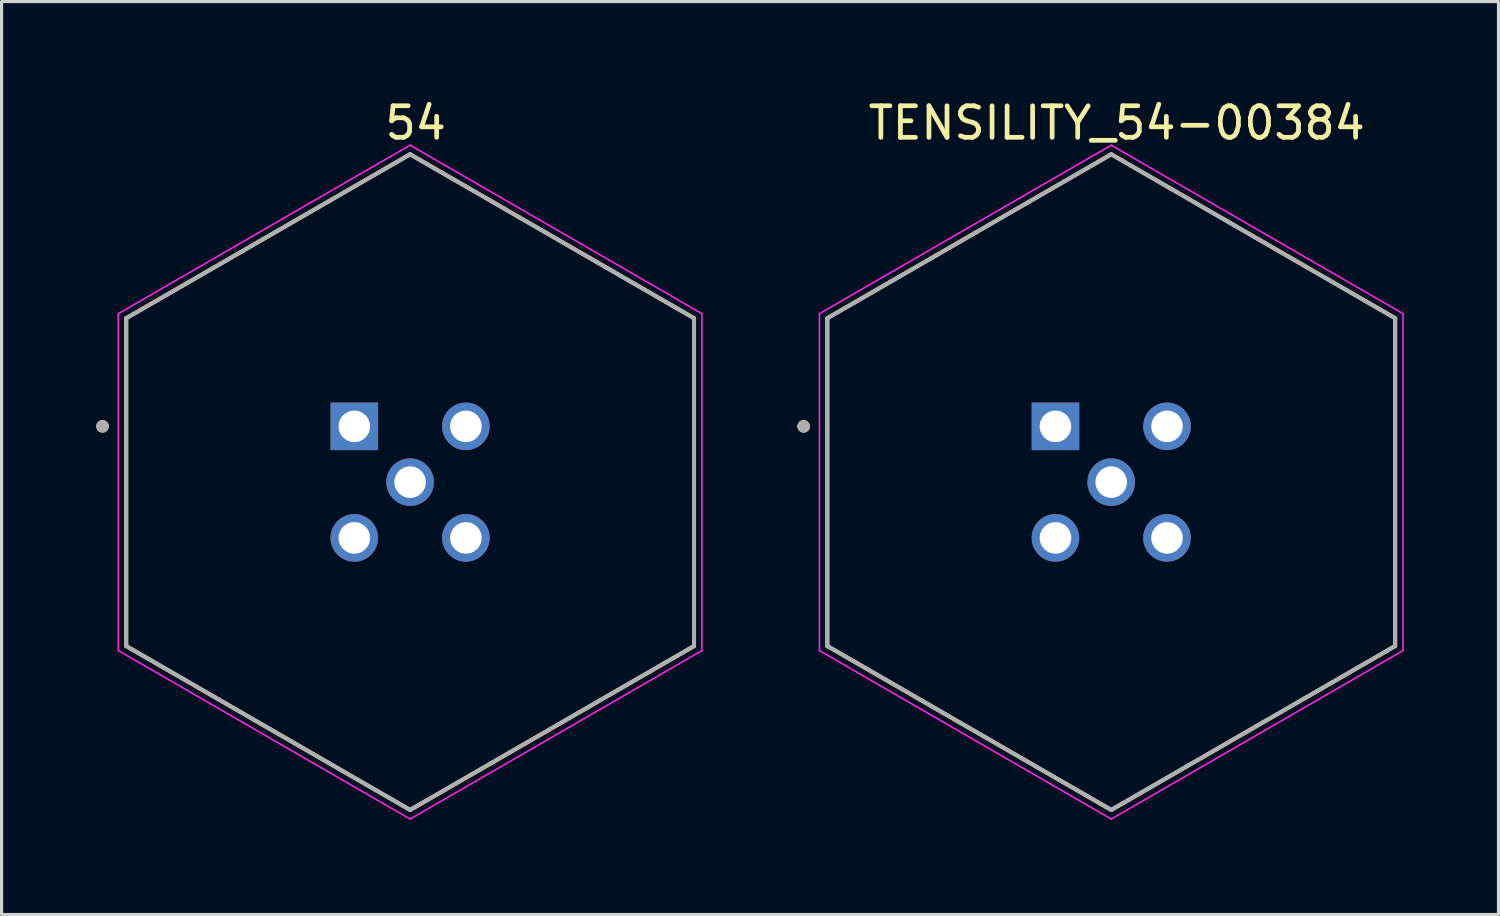
<source format=kicad_pcb>
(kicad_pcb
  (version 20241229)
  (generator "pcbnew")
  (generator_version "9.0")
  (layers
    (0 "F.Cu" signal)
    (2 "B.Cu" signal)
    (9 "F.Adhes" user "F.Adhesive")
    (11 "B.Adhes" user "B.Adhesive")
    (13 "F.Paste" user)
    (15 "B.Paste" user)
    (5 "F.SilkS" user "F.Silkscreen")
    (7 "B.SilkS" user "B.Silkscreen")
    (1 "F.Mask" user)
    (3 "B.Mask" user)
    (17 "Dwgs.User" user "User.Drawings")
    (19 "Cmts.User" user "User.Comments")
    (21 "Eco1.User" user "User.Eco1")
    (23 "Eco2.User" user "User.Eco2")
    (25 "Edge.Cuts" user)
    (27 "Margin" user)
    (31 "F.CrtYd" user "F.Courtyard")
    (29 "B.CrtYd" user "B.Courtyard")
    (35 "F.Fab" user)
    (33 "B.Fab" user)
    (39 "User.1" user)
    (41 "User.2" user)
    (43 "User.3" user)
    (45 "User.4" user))
  (footprint "54"
    (layer "F.Cu")
    (at 9.95 12.233)
    (property "Reference" "54" (at 0.175 -11.385 0) (layer "F.SilkS") (effects (font (size 1 1) (thickness 0.15))))
    (attr through_hole)
    (fp_line (start -9 -5.196) (end -9 5.196) (stroke (width 0.127) (type solid)) (layer "F.SilkS"))
    (fp_line (start -9 5.196) (end 0 10.392) (stroke (width 0.127) (type solid)) (layer "F.SilkS"))
    (fp_line (start 0 -10.392) (end -9 -5.196) (stroke (width 0.127) (type solid)) (layer "F.SilkS"))
    (fp_line (start 0 10.392) (end 9 5.196) (stroke (width 0.127) (type solid)) (layer "F.SilkS"))
    (fp_line (start 9 -5.196) (end 0 -10.392) (stroke (width 0.127) (type solid)) (layer "F.SilkS"))
    (fp_line (start 9 5.196) (end 9 -5.196) (stroke (width 0.127) (type solid)) (layer "F.SilkS"))
    (fp_circle (center -9.75 -1.768) (end -9.65 -1.768) (stroke (width 0.2) (type solid)) (fill no) (layer "F.SilkS"))
    (fp_line (start -9.25 -5.34) (end 0 -10.681) (stroke (width 0.05) (type solid)) (layer "F.CrtYd"))
    (fp_line (start -9.25 5.34) (end -9.25 -5.34) (stroke (width 0.05) (type solid)) (layer "F.CrtYd"))
    (fp_line (start 0 -10.681) (end 9.25 -5.34) (stroke (width 0.05) (type solid)) (layer "F.CrtYd"))
    (fp_line (start 0 10.681) (end -9.25 5.34) (stroke (width 0.05) (type solid)) (layer "F.CrtYd"))
    (fp_line (start 9.25 -5.34) (end 9.25 5.34) (stroke (width 0.05) (type solid)) (layer "F.CrtYd"))
    (fp_line (start 9.25 5.34) (end 0 10.681) (stroke (width 0.05) (type solid)) (layer "F.CrtYd"))
    (fp_line (start -9 -5.196) (end -9 5.196) (stroke (width 0.127) (type solid)) (layer "F.Fab"))
    (fp_line (start -9 5.196) (end 0 10.392) (stroke (width 0.127) (type solid)) (layer "F.Fab"))
    (fp_line (start 0 -10.392) (end -9 -5.196) (stroke (width 0.127) (type solid)) (layer "F.Fab"))
    (fp_line (start 0 10.392) (end 9 5.196) (stroke (width 0.127) (type solid)) (layer "F.Fab"))
    (fp_line (start 9 -5.196) (end 0 -10.392) (stroke (width 0.127) (type solid)) (layer "F.Fab"))
    (fp_line (start 9 5.196) (end 9 -5.196) (stroke (width 0.127) (type solid)) (layer "F.Fab"))
    (fp_circle (center -9.75 -1.768) (end -9.65 -1.768) (stroke (width 0.2) (type solid)) (fill no) (layer "F.Fab"))
    (pad "1" thru_hole rect (at -1.768 -1.768) (size 1.508 1.508) (drill 1) (layers "*.Cu" "*.Mask"))
    (pad "2" thru_hole circle (at 1.768 -1.768) (size 1.508 1.508) (drill 1) (layers "*.Cu" "*.Mask"))
    (pad "3" thru_hole circle (at 1.768 1.768) (size 1.508 1.508) (drill 1) (layers "*.Cu" "*.Mask"))
    (pad "4" thru_hole circle (at -1.768 1.768) (size 1.508 1.508) (drill 1) (layers "*.Cu" "*.Mask"))
    (pad "5" thru_hole circle (at 0 0) (size 1.508 1.508) (drill 1) (layers "*.Cu" "*.Mask")))
  (footprint "TENSILITY_54-00384"
    (layer "F.Cu")
    (at 32.175 12.233)
    (property "Reference" "TENSILITY_54-00384" (at 0.175 -11.385 0) (layer "F.SilkS") (effects (font (size 1 1) (thickness 0.15))))
    (attr through_hole)
    (fp_line (start -9 -5.196) (end -9 5.196) (stroke (width 0.127) (type solid)) (layer "F.SilkS"))
    (fp_line (start -9 5.196) (end 0 10.392) (stroke (width 0.127) (type solid)) (layer "F.SilkS"))
    (fp_line (start 0 -10.392) (end -9 -5.196) (stroke (width 0.127) (type solid)) (layer "F.SilkS"))
    (fp_line (start 0 10.392) (end 9 5.196) (stroke (width 0.127) (type solid)) (layer "F.SilkS"))
    (fp_line (start 9 -5.196) (end 0 -10.392) (stroke (width 0.127) (type solid)) (layer "F.SilkS"))
    (fp_line (start 9 5.196) (end 9 -5.196) (stroke (width 0.127) (type solid)) (layer "F.SilkS"))
    (fp_circle (center -9.75 -1.768) (end -9.65 -1.768) (stroke (width 0.2) (type solid)) (fill no) (layer "F.SilkS"))
    (fp_line (start -9.25 -5.34) (end 0 -10.681) (stroke (width 0.05) (type solid)) (layer "F.CrtYd"))
    (fp_line (start -9.25 5.34) (end -9.25 -5.34) (stroke (width 0.05) (type solid)) (layer "F.CrtYd"))
    (fp_line (start 0 -10.681) (end 9.25 -5.34) (stroke (width 0.05) (type solid)) (layer "F.CrtYd"))
    (fp_line (start 0 10.681) (end -9.25 5.34) (stroke (width 0.05) (type solid)) (layer "F.CrtYd"))
    (fp_line (start 9.25 -5.34) (end 9.25 5.34) (stroke (width 0.05) (type solid)) (layer "F.CrtYd"))
    (fp_line (start 9.25 5.34) (end 0 10.681) (stroke (width 0.05) (type solid)) (layer "F.CrtYd"))
    (fp_line (start -9 -5.196) (end -9 5.196) (stroke (width 0.127) (type solid)) (layer "F.Fab"))
    (fp_line (start -9 5.196) (end 0 10.392) (stroke (width 0.127) (type solid)) (layer "F.Fab"))
    (fp_line (start 0 -10.392) (end -9 -5.196) (stroke (width 0.127) (type solid)) (layer "F.Fab"))
    (fp_line (start 0 10.392) (end 9 5.196) (stroke (width 0.127) (type solid)) (layer "F.Fab"))
    (fp_line (start 9 -5.196) (end 0 -10.392) (stroke (width 0.127) (type solid)) (layer "F.Fab"))
    (fp_line (start 9 5.196) (end 9 -5.196) (stroke (width 0.127) (type solid)) (layer "F.Fab"))
    (fp_circle (center -9.75 -1.768) (end -9.65 -1.768) (stroke (width 0.2) (type solid)) (fill no) (layer "F.Fab"))
    (pad "1" thru_hole rect (at -1.768 -1.768) (size 1.508 1.508) (drill 1) (layers "*.Cu" "*.Mask"))
    (pad "2" thru_hole circle (at 1.768 -1.768) (size 1.508 1.508) (drill 1) (layers "*.Cu" "*.Mask"))
    (pad "3" thru_hole circle (at 1.768 1.768) (size 1.508 1.508) (drill 1) (layers "*.Cu" "*.Mask"))
    (pad "4" thru_hole circle (at -1.768 1.768) (size 1.508 1.508) (drill 1) (layers "*.Cu" "*.Mask"))
    (pad "5" thru_hole circle (at 0 0) (size 1.508 1.508) (drill 1) (layers "*.Cu" "*.Mask")))
  (gr_rect
    (start -3 -3)
    (end 44.45 25.939)
    (stroke (width 0.1) (type default))
    (fill no)
    (layer "Edge.Cuts")))
</source>
